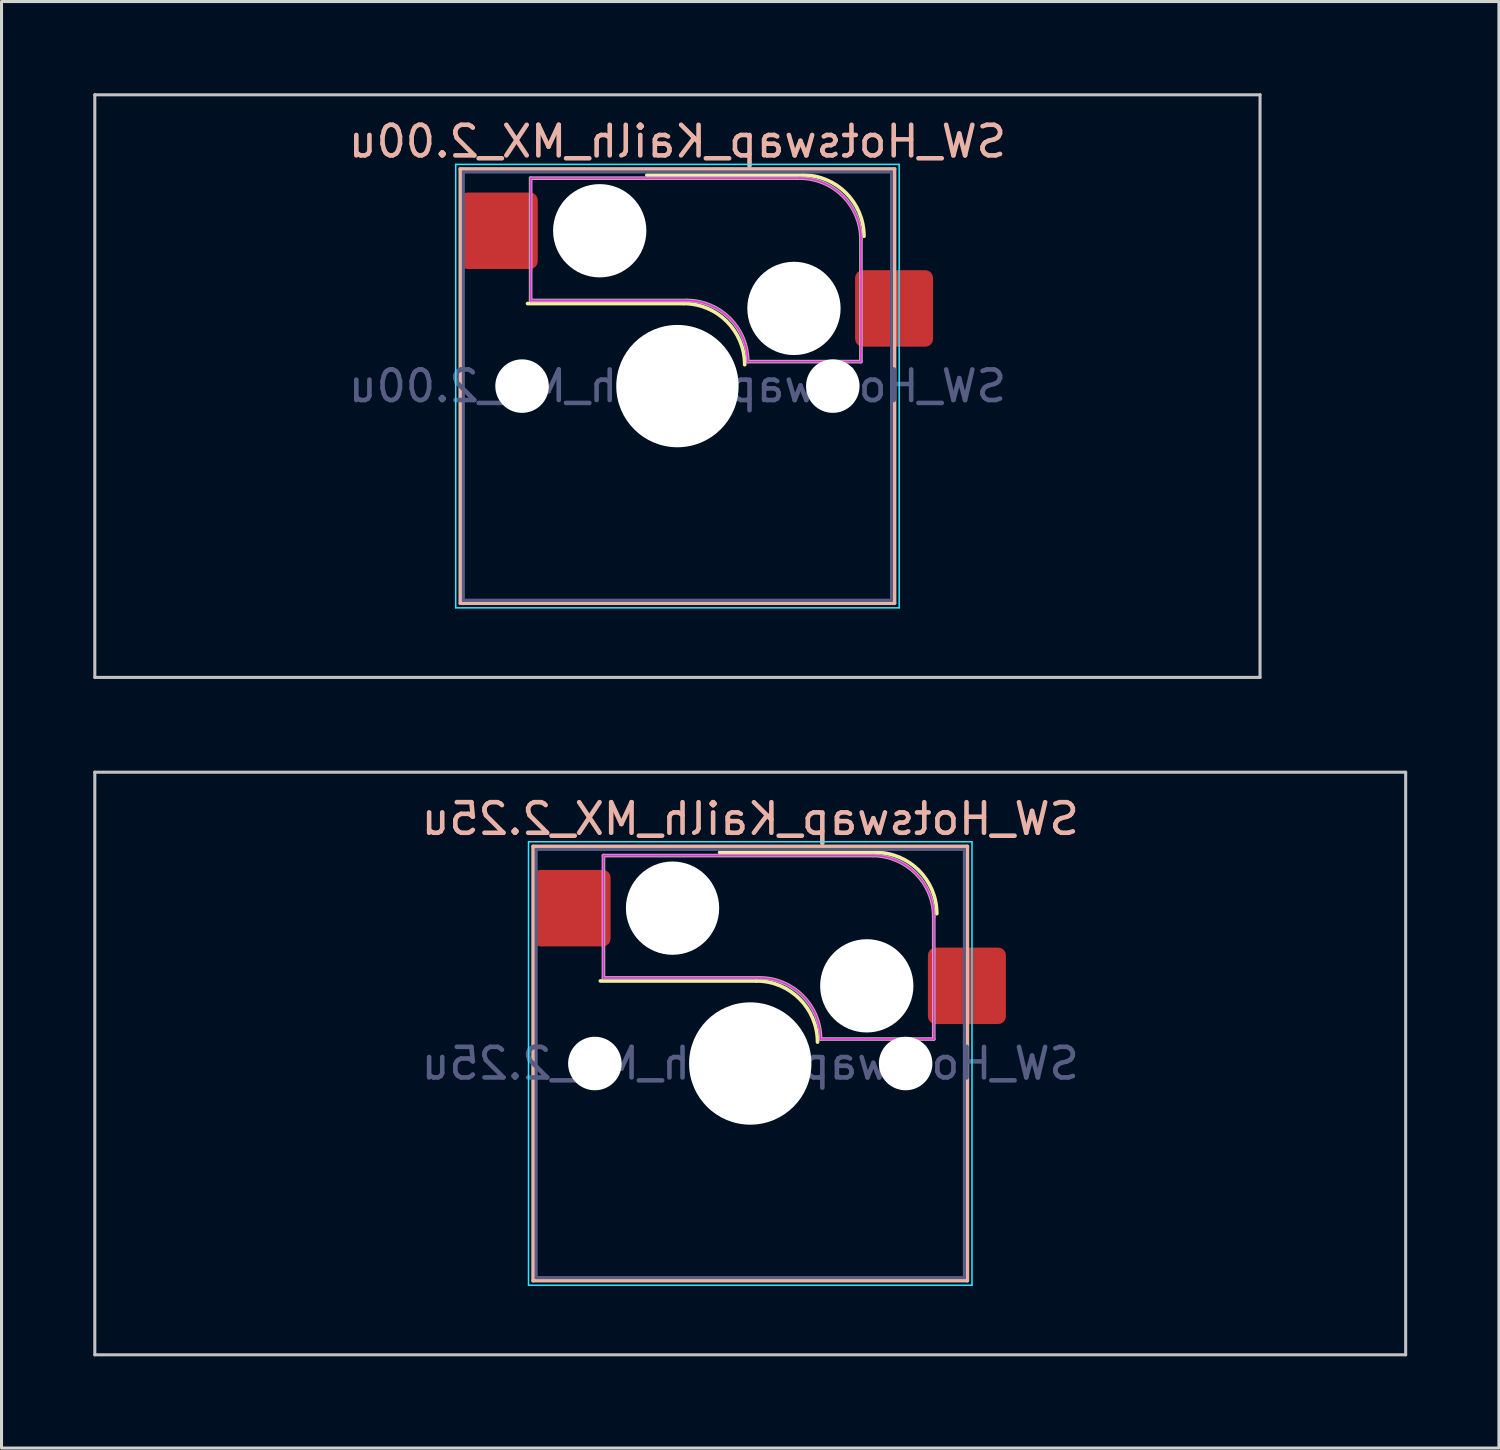
<source format=kicad_pcb>
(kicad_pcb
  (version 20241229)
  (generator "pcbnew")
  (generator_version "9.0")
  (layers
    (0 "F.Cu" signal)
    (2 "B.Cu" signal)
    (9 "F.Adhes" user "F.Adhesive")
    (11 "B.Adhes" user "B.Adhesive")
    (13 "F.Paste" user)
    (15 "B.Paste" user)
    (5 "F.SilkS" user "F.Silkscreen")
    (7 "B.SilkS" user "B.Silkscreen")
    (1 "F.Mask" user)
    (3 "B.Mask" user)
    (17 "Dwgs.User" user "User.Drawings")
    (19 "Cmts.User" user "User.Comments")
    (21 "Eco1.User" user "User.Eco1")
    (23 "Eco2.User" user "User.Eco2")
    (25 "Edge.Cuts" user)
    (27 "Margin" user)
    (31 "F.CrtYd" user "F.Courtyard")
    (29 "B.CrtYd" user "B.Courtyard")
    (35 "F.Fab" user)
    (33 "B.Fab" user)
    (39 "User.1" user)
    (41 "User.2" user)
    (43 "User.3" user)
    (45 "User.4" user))
  (footprint "SW_Hotswap_Kailh_MX_2.00u"
    (layer "F.Cu")
    (at 19.663 4.8)
    (property "Reference" "SW_Hotswap_Kailh_MX_2.00u" (at -0.562 -3.225 0) (layer "B.SilkS") (effects (font (size 1 1) (thickness 0.15)) (justify mirror)))
    (attr smd)
    (fp_line (start -0.362 2.075) (end -5.463 2.075) (stroke (width 0.12) (type solid)) (layer "F.SilkS"))
    (fp_line (start 3.538 -2.125) (end -1.562 -2.125) (stroke (width 0.12) (type solid)) (layer "F.SilkS"))
    (fp_arc (start -0.3625 2.075) (mid 1.051714 2.660786) (end 1.6375 4.075) (stroke (width 0.12) (type solid)) (layer "F.SilkS"))
    (fp_arc (start 3.5375 -2.125) (mid 4.951714 -1.539214) (end 5.5375 -0.125) (stroke (width 0.12) (type solid)) (layer "F.SilkS"))
    (fp_line (start -7.662 -2.325) (end 6.537 -2.325) (stroke (width 0.12) (type solid)) (layer "B.SilkS"))
    (fp_line (start -7.662 11.875) (end -7.662 -2.325) (stroke (width 0.12) (type solid)) (layer "B.SilkS"))
    (fp_line (start 6.537 -2.325) (end 6.537 11.875) (stroke (width 0.12) (type solid)) (layer "B.SilkS"))
    (fp_line (start 6.537 11.875) (end -7.662 11.875) (stroke (width 0.12) (type solid)) (layer "B.SilkS"))
    (fp_line (start -19.613 -4.75) (end 18.488 -4.75) (stroke (width 0.1) (type solid)) (layer "Dwgs.User"))
    (fp_line (start -19.613 14.3) (end -19.613 -4.75) (stroke (width 0.1) (type solid)) (layer "Dwgs.User"))
    (fp_line (start 18.488 -4.75) (end 18.488 14.3) (stroke (width 0.1) (type solid)) (layer "Dwgs.User"))
    (fp_line (start 18.488 14.3) (end -19.613 14.3) (stroke (width 0.1) (type solid)) (layer "Dwgs.User"))
    (fp_line (start -8.363 -1.225) (end -8.363 1.875) (stroke (width 0.1) (type solid)) (layer "Eco1.User"))
    (fp_line (start -8.363 1.875) (end -7.562 1.875) (stroke (width 0.1) (type solid)) (layer "Eco1.User"))
    (fp_line (start -8.363 7.675) (end -8.363 10.775) (stroke (width 0.1) (type solid)) (layer "Eco1.User"))
    (fp_line (start -8.363 10.775) (end -7.562 10.775) (stroke (width 0.1) (type solid)) (layer "Eco1.User"))
    (fp_line (start -7.562 -2.225) (end -7.562 -1.225) (stroke (width 0.1) (type solid)) (layer "Eco1.User"))
    (fp_line (start -7.562 -1.225) (end -8.363 -1.225) (stroke (width 0.1) (type solid)) (layer "Eco1.User"))
    (fp_line (start -7.562 1.875) (end -7.562 7.675) (stroke (width 0.1) (type solid)) (layer "Eco1.User"))
    (fp_line (start -7.562 7.675) (end -8.363 7.675) (stroke (width 0.1) (type solid)) (layer "Eco1.User"))
    (fp_line (start -7.562 10.775) (end -7.562 11.775) (stroke (width 0.1) (type solid)) (layer "Eco1.User"))
    (fp_line (start -7.562 11.775) (end 6.438 11.775) (stroke (width 0.1) (type solid)) (layer "Eco1.User"))
    (fp_line (start 6.438 -2.225) (end -7.562 -2.225) (stroke (width 0.1) (type solid)) (layer "Eco1.User"))
    (fp_line (start 6.438 -1.225) (end 6.438 -2.225) (stroke (width 0.1) (type solid)) (layer "Eco1.User"))
    (fp_line (start 6.438 1.875) (end 7.237 1.875) (stroke (width 0.1) (type solid)) (layer "Eco1.User"))
    (fp_line (start 6.438 7.675) (end 6.438 1.875) (stroke (width 0.1) (type solid)) (layer "Eco1.User"))
    (fp_line (start 6.438 10.775) (end 7.237 10.775) (stroke (width 0.1) (type solid)) (layer "Eco1.User"))
    (fp_line (start 6.438 11.775) (end 6.438 10.775) (stroke (width 0.1) (type solid)) (layer "Eco1.User"))
    (fp_line (start 7.237 -1.225) (end 6.438 -1.225) (stroke (width 0.1) (type solid)) (layer "Eco1.User"))
    (fp_line (start 7.237 1.875) (end 7.237 -1.225) (stroke (width 0.1) (type solid)) (layer "Eco1.User"))
    (fp_line (start 7.237 7.675) (end 6.438 7.675) (stroke (width 0.1) (type solid)) (layer "Eco1.User"))
    (fp_line (start 7.237 10.775) (end 7.237 7.675) (stroke (width 0.1) (type solid)) (layer "Eco1.User"))
    (fp_line (start -7.812 -2.475) (end 6.688 -2.475) (stroke (width 0.05) (type solid)) (layer "B.CrtYd"))
    (fp_line (start -7.812 12.025) (end -7.812 -2.475) (stroke (width 0.05) (type solid)) (layer "B.CrtYd"))
    (fp_line (start 6.688 -2.475) (end 6.688 12.025) (stroke (width 0.05) (type solid)) (layer "B.CrtYd"))
    (fp_line (start 6.688 12.025) (end -7.812 12.025) (stroke (width 0.05) (type solid)) (layer "B.CrtYd"))
    (fp_line (start -5.362 -2.025) (end -5.362 1.975) (stroke (width 0.05) (type solid)) (layer "F.CrtYd"))
    (fp_line (start -0.263 1.975) (end -5.362 1.975) (stroke (width 0.05) (type solid)) (layer "F.CrtYd"))
    (fp_line (start 3.438 -2.025) (end -5.362 -2.025) (stroke (width 0.05) (type solid)) (layer "F.CrtYd"))
    (fp_line (start 5.438 3.975) (end 1.738 3.975) (stroke (width 0.05) (type solid)) (layer "F.CrtYd"))
    (fp_line (start 5.438 3.975) (end 5.438 -0.025) (stroke (width 0.05) (type solid)) (layer "F.CrtYd"))
    (fp_arc (start -0.2625 1.975) (mid 1.151714 2.560786) (end 1.7375 3.975) (stroke (width 0.05) (type solid)) (layer "F.CrtYd"))
    (fp_arc (start 3.4375 -2.025) (mid 4.851714 -1.439214) (end 5.4375 -0.025) (stroke (width 0.05) (type solid)) (layer "F.CrtYd"))
    (fp_line (start -7.562 -2.225) (end 6.438 -2.225) (stroke (width 0.1) (type solid)) (layer "B.Fab"))
    (fp_line (start -7.562 11.775) (end -7.562 -2.225) (stroke (width 0.1) (type solid)) (layer "B.Fab"))
    (fp_line (start 6.438 -2.225) (end 6.438 11.775) (stroke (width 0.1) (type solid)) (layer "B.Fab"))
    (fp_line (start 6.438 11.775) (end -7.562 11.775) (stroke (width 0.1) (type solid)) (layer "B.Fab"))
    (fp_line (start -5.362 -2.025) (end -5.362 1.975) (stroke (width 0.12) (type solid)) (layer "F.Fab"))
    (fp_line (start -0.263 1.975) (end -5.362 1.975) (stroke (width 0.12) (type solid)) (layer "F.Fab"))
    (fp_line (start 3.438 -2.025) (end -5.362 -2.025) (stroke (width 0.12) (type solid)) (layer "F.Fab"))
    (fp_line (start 5.438 3.975) (end 1.738 3.975) (stroke (width 0.12) (type solid)) (layer "F.Fab"))
    (fp_line (start 5.438 3.975) (end 5.438 -0.025) (stroke (width 0.12) (type solid)) (layer "F.Fab"))
    (fp_arc (start -0.2625 1.975) (mid 1.151714 2.560786) (end 1.7375 3.975) (stroke (width 0.12) (type solid)) (layer "F.Fab"))
    (fp_arc (start 3.4375 -2.025) (mid 4.851714 -1.439214) (end 5.4375 -0.025) (stroke (width 0.12) (type solid)) (layer "F.Fab"))
    (fp_text user "${REFERENCE}" (at -0.562 4.775 0) (layer "B.Fab") (effects (font (size 1 1) (thickness 0.15)) (justify mirror)))
    (pad "" np_thru_hole circle (at -5.643 4.775) (size 1.75 1.75) (drill 1.75) (layers "*.Cu" "*.Mask"))
    (pad "" np_thru_hole circle (at -3.103 -0.305) (size 3.05 3.05) (drill 3.05) (layers "*.Cu" "*.Mask"))
    (pad "" np_thru_hole circle (at -0.562 4.775) (size 4 4) (drill 4) (layers "*.Cu" "*.Mask"))
    (pad "" np_thru_hole circle (at 3.248 2.235) (size 3.05 3.05) (drill 3.05) (layers "*.Cu" "*.Mask"))
    (pad "" np_thru_hole circle (at 4.518 4.775) (size 1.75 1.75) (drill 1.75) (layers "*.Cu" "*.Mask"))
    (pad "1" smd roundrect (at 6.522 2.235) (size 2.55 2.5) (layers "F.Cu" "F.Mask" "F.Paste") (roundrect_rratio 0.1))
    (pad "2" smd roundrect (at -6.404 -0.305) (size 2.55 2.5) (layers "F.Cu" "F.Mask" "F.Paste") (roundrect_rratio 0.1)))
  (footprint "SW_Hotswap_Kailh_MX_2.25u"
    (layer "F.Cu")
    (at 22.044 26.95)
    (property "Reference" "SW_Hotswap_Kailh_MX_2.25u" (at -0.562 -3.225 0) (layer "B.SilkS") (effects (font (size 1 1) (thickness 0.15)) (justify mirror)))
    (attr smd)
    (fp_line (start -0.362 2.075) (end -5.463 2.075) (stroke (width 0.12) (type solid)) (layer "F.SilkS"))
    (fp_line (start 3.538 -2.125) (end -1.562 -2.125) (stroke (width 0.12) (type solid)) (layer "F.SilkS"))
    (fp_arc (start -0.3625 2.075) (mid 1.051714 2.660786) (end 1.6375 4.075) (stroke (width 0.12) (type solid)) (layer "F.SilkS"))
    (fp_arc (start 3.5375 -2.125) (mid 4.951714 -1.539214) (end 5.5375 -0.125) (stroke (width 0.12) (type solid)) (layer "F.SilkS"))
    (fp_line (start -7.662 -2.325) (end 6.537 -2.325) (stroke (width 0.12) (type solid)) (layer "B.SilkS"))
    (fp_line (start -7.662 11.875) (end -7.662 -2.325) (stroke (width 0.12) (type solid)) (layer "B.SilkS"))
    (fp_line (start 6.537 -2.325) (end 6.537 11.875) (stroke (width 0.12) (type solid)) (layer "B.SilkS"))
    (fp_line (start 6.537 11.875) (end -7.662 11.875) (stroke (width 0.12) (type solid)) (layer "B.SilkS"))
    (fp_line (start -21.994 -4.75) (end 20.869 -4.75) (stroke (width 0.1) (type solid)) (layer "Dwgs.User"))
    (fp_line (start -21.994 14.3) (end -21.994 -4.75) (stroke (width 0.1) (type solid)) (layer "Dwgs.User"))
    (fp_line (start 20.869 -4.75) (end 20.869 14.3) (stroke (width 0.1) (type solid)) (layer "Dwgs.User"))
    (fp_line (start 20.869 14.3) (end -21.994 14.3) (stroke (width 0.1) (type solid)) (layer "Dwgs.User"))
    (fp_line (start -8.363 -1.225) (end -8.363 1.875) (stroke (width 0.1) (type solid)) (layer "Eco1.User"))
    (fp_line (start -8.363 1.875) (end -7.562 1.875) (stroke (width 0.1) (type solid)) (layer "Eco1.User"))
    (fp_line (start -8.363 7.675) (end -8.363 10.775) (stroke (width 0.1) (type solid)) (layer "Eco1.User"))
    (fp_line (start -8.363 10.775) (end -7.562 10.775) (stroke (width 0.1) (type solid)) (layer "Eco1.User"))
    (fp_line (start -7.562 -2.225) (end -7.562 -1.225) (stroke (width 0.1) (type solid)) (layer "Eco1.User"))
    (fp_line (start -7.562 -1.225) (end -8.363 -1.225) (stroke (width 0.1) (type solid)) (layer "Eco1.User"))
    (fp_line (start -7.562 1.875) (end -7.562 7.675) (stroke (width 0.1) (type solid)) (layer "Eco1.User"))
    (fp_line (start -7.562 7.675) (end -8.363 7.675) (stroke (width 0.1) (type solid)) (layer "Eco1.User"))
    (fp_line (start -7.562 10.775) (end -7.562 11.775) (stroke (width 0.1) (type solid)) (layer "Eco1.User"))
    (fp_line (start -7.562 11.775) (end 6.438 11.775) (stroke (width 0.1) (type solid)) (layer "Eco1.User"))
    (fp_line (start 6.438 -2.225) (end -7.562 -2.225) (stroke (width 0.1) (type solid)) (layer "Eco1.User"))
    (fp_line (start 6.438 -1.225) (end 6.438 -2.225) (stroke (width 0.1) (type solid)) (layer "Eco1.User"))
    (fp_line (start 6.438 1.875) (end 7.237 1.875) (stroke (width 0.1) (type solid)) (layer "Eco1.User"))
    (fp_line (start 6.438 7.675) (end 6.438 1.875) (stroke (width 0.1) (type solid)) (layer "Eco1.User"))
    (fp_line (start 6.438 10.775) (end 7.237 10.775) (stroke (width 0.1) (type solid)) (layer "Eco1.User"))
    (fp_line (start 6.438 11.775) (end 6.438 10.775) (stroke (width 0.1) (type solid)) (layer "Eco1.User"))
    (fp_line (start 7.237 -1.225) (end 6.438 -1.225) (stroke (width 0.1) (type solid)) (layer "Eco1.User"))
    (fp_line (start 7.237 1.875) (end 7.237 -1.225) (stroke (width 0.1) (type solid)) (layer "Eco1.User"))
    (fp_line (start 7.237 7.675) (end 6.438 7.675) (stroke (width 0.1) (type solid)) (layer "Eco1.User"))
    (fp_line (start 7.237 10.775) (end 7.237 7.675) (stroke (width 0.1) (type solid)) (layer "Eco1.User"))
    (fp_line (start -7.812 -2.475) (end 6.688 -2.475) (stroke (width 0.05) (type solid)) (layer "B.CrtYd"))
    (fp_line (start -7.812 12.025) (end -7.812 -2.475) (stroke (width 0.05) (type solid)) (layer "B.CrtYd"))
    (fp_line (start 6.688 -2.475) (end 6.688 12.025) (stroke (width 0.05) (type solid)) (layer "B.CrtYd"))
    (fp_line (start 6.688 12.025) (end -7.812 12.025) (stroke (width 0.05) (type solid)) (layer "B.CrtYd"))
    (fp_line (start -5.362 -2.025) (end -5.362 1.975) (stroke (width 0.05) (type solid)) (layer "F.CrtYd"))
    (fp_line (start -0.263 1.975) (end -5.362 1.975) (stroke (width 0.05) (type solid)) (layer "F.CrtYd"))
    (fp_line (start 3.438 -2.025) (end -5.362 -2.025) (stroke (width 0.05) (type solid)) (layer "F.CrtYd"))
    (fp_line (start 5.438 3.975) (end 1.738 3.975) (stroke (width 0.05) (type solid)) (layer "F.CrtYd"))
    (fp_line (start 5.438 3.975) (end 5.438 -0.025) (stroke (width 0.05) (type solid)) (layer "F.CrtYd"))
    (fp_arc (start -0.2625 1.975) (mid 1.151714 2.560786) (end 1.7375 3.975) (stroke (width 0.05) (type solid)) (layer "F.CrtYd"))
    (fp_arc (start 3.4375 -2.025) (mid 4.851714 -1.439214) (end 5.4375 -0.025) (stroke (width 0.05) (type solid)) (layer "F.CrtYd"))
    (fp_line (start -7.562 -2.225) (end 6.438 -2.225) (stroke (width 0.1) (type solid)) (layer "B.Fab"))
    (fp_line (start -7.562 11.775) (end -7.562 -2.225) (stroke (width 0.1) (type solid)) (layer "B.Fab"))
    (fp_line (start 6.438 -2.225) (end 6.438 11.775) (stroke (width 0.1) (type solid)) (layer "B.Fab"))
    (fp_line (start 6.438 11.775) (end -7.562 11.775) (stroke (width 0.1) (type solid)) (layer "B.Fab"))
    (fp_line (start -5.362 -2.025) (end -5.362 1.975) (stroke (width 0.12) (type solid)) (layer "F.Fab"))
    (fp_line (start -0.263 1.975) (end -5.362 1.975) (stroke (width 0.12) (type solid)) (layer "F.Fab"))
    (fp_line (start 3.438 -2.025) (end -5.362 -2.025) (stroke (width 0.12) (type solid)) (layer "F.Fab"))
    (fp_line (start 5.438 3.975) (end 1.738 3.975) (stroke (width 0.12) (type solid)) (layer "F.Fab"))
    (fp_line (start 5.438 3.975) (end 5.438 -0.025) (stroke (width 0.12) (type solid)) (layer "F.Fab"))
    (fp_arc (start -0.2625 1.975) (mid 1.151714 2.560786) (end 1.7375 3.975) (stroke (width 0.12) (type solid)) (layer "F.Fab"))
    (fp_arc (start 3.4375 -2.025) (mid 4.851714 -1.439214) (end 5.4375 -0.025) (stroke (width 0.12) (type solid)) (layer "F.Fab"))
    (fp_text user "${REFERENCE}" (at -0.562 4.775 0) (layer "B.Fab") (effects (font (size 1 1) (thickness 0.15)) (justify mirror)))
    (pad "" np_thru_hole circle (at -5.643 4.775) (size 1.75 1.75) (drill 1.75) (layers "*.Cu" "*.Mask"))
    (pad "" np_thru_hole circle (at -3.103 -0.305) (size 3.05 3.05) (drill 3.05) (layers "*.Cu" "*.Mask"))
    (pad "" np_thru_hole circle (at -0.562 4.775) (size 4 4) (drill 4) (layers "*.Cu" "*.Mask"))
    (pad "" np_thru_hole circle (at 3.248 2.235) (size 3.05 3.05) (drill 3.05) (layers "*.Cu" "*.Mask"))
    (pad "" np_thru_hole circle (at 4.518 4.775) (size 1.75 1.75) (drill 1.75) (layers "*.Cu" "*.Mask"))
    (pad "1" smd roundrect (at 6.522 2.235) (size 2.55 2.5) (layers "F.Cu" "F.Mask" "F.Paste") (roundrect_rratio 0.1))
    (pad "2" smd roundrect (at -6.404 -0.305) (size 2.55 2.5) (layers "F.Cu" "F.Mask" "F.Paste") (roundrect_rratio 0.1)))
  (gr_rect
    (start -3 -3)
    (end 45.962 44.3)
    (stroke (width 0.1) (type default))
    (fill no)
    (layer "Edge.Cuts")))
</source>
